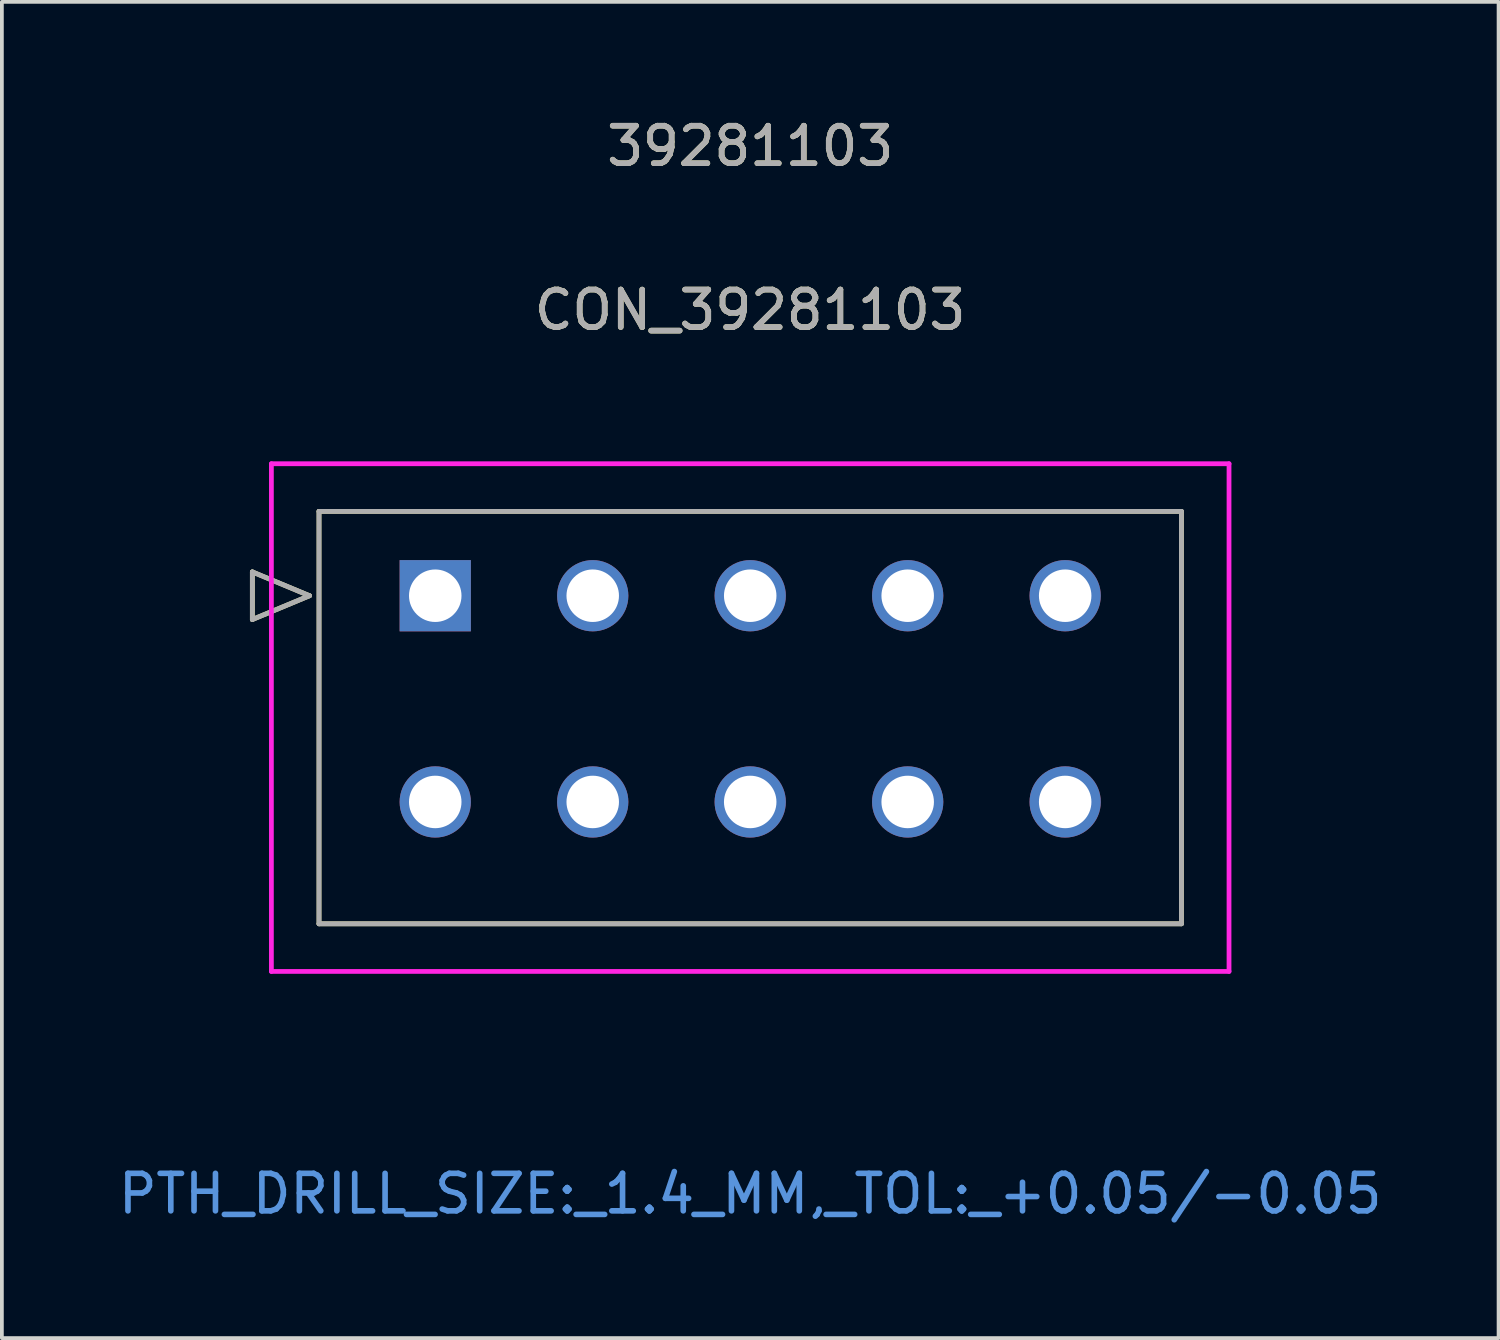
<source format=kicad_pcb>
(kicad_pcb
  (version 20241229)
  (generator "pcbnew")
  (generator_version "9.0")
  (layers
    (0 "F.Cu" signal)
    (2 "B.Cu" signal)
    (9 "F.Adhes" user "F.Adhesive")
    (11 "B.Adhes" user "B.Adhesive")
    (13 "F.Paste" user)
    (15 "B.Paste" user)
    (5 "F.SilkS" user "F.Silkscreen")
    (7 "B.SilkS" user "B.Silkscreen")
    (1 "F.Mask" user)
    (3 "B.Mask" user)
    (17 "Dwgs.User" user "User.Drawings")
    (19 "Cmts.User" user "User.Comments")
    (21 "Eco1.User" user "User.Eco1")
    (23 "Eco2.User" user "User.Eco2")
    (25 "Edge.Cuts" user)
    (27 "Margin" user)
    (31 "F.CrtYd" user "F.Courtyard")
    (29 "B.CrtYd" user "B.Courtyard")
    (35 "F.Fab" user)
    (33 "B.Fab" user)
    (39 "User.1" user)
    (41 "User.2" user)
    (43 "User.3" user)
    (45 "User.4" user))
  (footprint "CON_39281103"
    (layer "F.Cu")
    (at 8.558 12.838)
    (property "Reference" "CON_39281103" (at 8.4 -7.62 0) (unlocked yes) (layer "F.SilkS") (effects (font (size 1 1) (thickness 0.15))))
    (attr through_hole)
    (fp_line (start -4.878 -0.635) (end -4.878 0.635) (stroke (width 0.127) (type solid)) (layer "F.SilkS"))
    (fp_line (start -4.878 0.635) (end -3.354 0) (stroke (width 0.127) (type solid)) (layer "F.SilkS"))
    (fp_line (start -3.354 0) (end -4.878 -0.635) (stroke (width 0.127) (type solid)) (layer "F.SilkS"))
    (fp_line (start -3.1 -2.25) (end -3.1 8.75) (stroke (width 0.127) (type solid)) (layer "F.SilkS"))
    (fp_line (start -3.1 8.75) (end 19.9 8.75) (stroke (width 0.127) (type solid)) (layer "F.SilkS"))
    (fp_line (start 19.9 -2.25) (end -3.1 -2.25) (stroke (width 0.127) (type solid)) (layer "F.SilkS"))
    (fp_line (start 19.9 8.75) (end 19.9 -2.25) (stroke (width 0.127) (type solid)) (layer "F.SilkS"))
    (fp_line (start -4.37 -3.52) (end -4.37 10.02) (stroke (width 0.127) (type solid)) (layer "F.CrtYd"))
    (fp_line (start -4.37 10.02) (end 21.17 10.02) (stroke (width 0.127) (type solid)) (layer "F.CrtYd"))
    (fp_line (start 21.17 -3.52) (end -4.37 -3.52) (stroke (width 0.127) (type solid)) (layer "F.CrtYd"))
    (fp_line (start 21.17 10.02) (end 21.17 -3.52) (stroke (width 0.127) (type solid)) (layer "F.CrtYd"))
    (fp_line (start -4.878 -0.635) (end -4.878 0.635) (stroke (width 0.127) (type solid)) (layer "F.Fab"))
    (fp_line (start -4.878 0.635) (end -3.354 0) (stroke (width 0.127) (type solid)) (layer "F.Fab"))
    (fp_line (start -3.354 0) (end -4.878 -0.635) (stroke (width 0.127) (type solid)) (layer "F.Fab"))
    (fp_line (start -3.1 -2.25) (end -3.1 8.75) (stroke (width 0.127) (type solid)) (layer "F.Fab"))
    (fp_line (start -3.1 8.75) (end 19.9 8.75) (stroke (width 0.127) (type solid)) (layer "F.Fab"))
    (fp_line (start 19.9 -2.25) (end -3.1 -2.25) (stroke (width 0.127) (type solid)) (layer "F.Fab"))
    (fp_line (start 19.9 8.75) (end 19.9 -2.25) (stroke (width 0.127) (type solid)) (layer "F.Fab"))
    (fp_text user "39281103" (at 8.4 -11.99 0) (unlocked yes) (layer "F.SilkS") (effects (font (size 1 1) (thickness 0.15))))
    (fp_text user "PTH_DRILL_SIZE:_1.4_MM,_TOL:_+0.05/-0.05" (at 8.4 15.95 0) (unlocked yes) (layer "Cmts.User") (effects (font (size 1 1) (thickness 0.15))))
    (fp_text user "${REFERENCE}" (at 8.4 -7.62 0) (unlocked yes) (layer "F.Fab") (effects (font (size 1 1) (thickness 0.15))))
    (fp_text user "39281103" (at 8.4 -11.99 0) (unlocked yes) (layer "F.Fab") (effects (font (size 1 1) (thickness 0.15))))
    (pad "1" thru_hole rect (at 0 0) (size 1.9 1.9) (drill 1.4) (layers "*.Cu" "*.Mask"))
    (pad "2" thru_hole circle (at 4.2 0) (size 1.9 1.9) (drill 1.4) (layers "*.Cu" "*.Mask"))
    (pad "3" thru_hole circle (at 8.4 0) (size 1.9 1.9) (drill 1.4) (layers "*.Cu" "*.Mask"))
    (pad "4" thru_hole circle (at 12.6 0) (size 1.9 1.9) (drill 1.4) (layers "*.Cu" "*.Mask"))
    (pad "5" thru_hole circle (at 16.8 0) (size 1.9 1.9) (drill 1.4) (layers "*.Cu" "*.Mask"))
    (pad "6" thru_hole circle (at 0 5.5) (size 1.9 1.9) (drill 1.4) (layers "*.Cu" "*.Mask"))
    (pad "7" thru_hole circle (at 4.2 5.5) (size 1.9 1.9) (drill 1.4) (layers "*.Cu" "*.Mask"))
    (pad "8" thru_hole circle (at 8.4 5.5) (size 1.9 1.9) (drill 1.4) (layers "*.Cu" "*.Mask"))
    (pad "9" thru_hole circle (at 12.6 5.5) (size 1.9 1.9) (drill 1.4) (layers "*.Cu" "*.Mask"))
    (pad "10" thru_hole circle (at 16.8 5.5) (size 1.9 1.9) (drill 1.4) (layers "*.Cu" "*.Mask")))
  (gr_rect
    (start -3 -3)
    (end 36.917 32.637)
    (stroke (width 0.1) (type default))
    (fill no)
    (layer "Edge.Cuts")))
</source>
